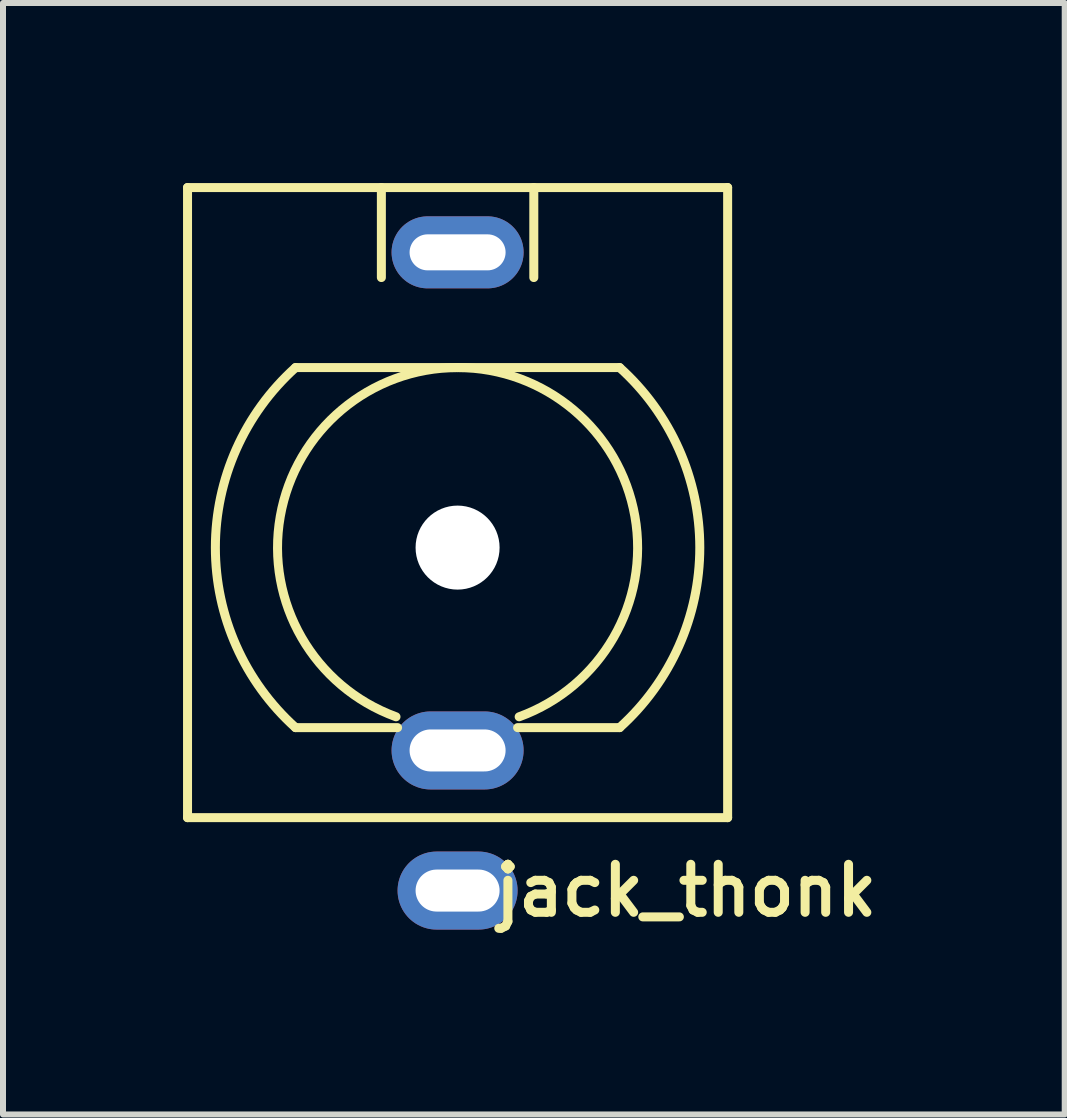
<source format=kicad_pcb>
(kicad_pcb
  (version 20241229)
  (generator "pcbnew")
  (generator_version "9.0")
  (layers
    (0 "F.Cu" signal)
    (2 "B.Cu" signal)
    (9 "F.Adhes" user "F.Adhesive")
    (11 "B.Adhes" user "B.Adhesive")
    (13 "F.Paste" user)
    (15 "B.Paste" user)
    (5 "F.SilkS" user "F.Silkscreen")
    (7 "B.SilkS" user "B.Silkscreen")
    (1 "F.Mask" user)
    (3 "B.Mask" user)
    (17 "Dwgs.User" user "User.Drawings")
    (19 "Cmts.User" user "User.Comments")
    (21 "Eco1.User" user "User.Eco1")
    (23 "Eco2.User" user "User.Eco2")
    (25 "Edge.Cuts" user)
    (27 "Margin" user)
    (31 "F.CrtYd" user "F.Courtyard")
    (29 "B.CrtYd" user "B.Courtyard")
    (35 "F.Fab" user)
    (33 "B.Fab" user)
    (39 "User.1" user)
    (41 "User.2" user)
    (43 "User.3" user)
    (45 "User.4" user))
  (footprint "jack_thonk"
    (layer "F.Cu")
    (at 4.575 6.075)
    (property "Reference" "jack_thonk" (at 3.81 5.715 0) (layer "F.SilkS") (effects (font (size 0.8 0.8) (thickness 0.15))))
    (attr through_hole)
    (fp_line (start -4.5 -6) (end -4.5 4.5) (stroke (width 0.15) (type solid)) (layer "F.SilkS"))
    (fp_line (start -4.5 -6) (end 4.5 -6) (stroke (width 0.15) (type solid)) (layer "F.SilkS"))
    (fp_line (start -4.5 4.5) (end 4.5 4.5) (stroke (width 0.15) (type solid)) (layer "F.SilkS"))
    (fp_line (start -2.7 -3) (end 2.7 -3) (stroke (width 0.15) (type solid)) (layer "F.SilkS"))
    (fp_line (start -2.7 3) (end -1 3) (stroke (width 0.15) (type solid)) (layer "F.SilkS"))
    (fp_line (start -1.27 -6) (end -1.27 -4.5) (stroke (width 0.15) (type solid)) (layer "F.SilkS"))
    (fp_line (start 1 3) (end 2.7 3) (stroke (width 0.15) (type solid)) (layer "F.SilkS"))
    (fp_line (start 1.27 -6) (end 1.27 -4.5) (stroke (width 0.15) (type solid)) (layer "F.SilkS"))
    (fp_line (start 4.5 -6) (end 4.5 4.5) (stroke (width 0.15) (type solid)) (layer "F.SilkS"))
    (fp_arc (start -2.701339 2.998795) (mid -4.036088 -0.000901) (end -2.7 -3) (stroke (width 0.15) (type solid)) (layer "F.SilkS"))
    (fp_arc (start -1.02606 2.819078) (mid -2.954423 -0.520944) (end 0 -3) (stroke (width 0.15) (type solid)) (layer "F.SilkS"))
    (fp_arc (start 0 -3) (mid 2.954423 -0.520944) (end 1.02606 2.819078) (stroke (width 0.15) (type solid)) (layer "F.SilkS"))
    (fp_arc (start 2.7 -3) (mid 4.036087 -0.000901) (end 2.701339 2.998795) (stroke (width 0.15) (type solid)) (layer "F.SilkS"))
    (pad "" np_thru_hole circle (at 0 0) (size 1.4 1.4) (drill 1.4) (layers "*.Cu" "*.Mask"))
    (pad "1" thru_hole oval (at 0 5.715) (size 2 1.3) (drill oval 1.4 0.7) (layers "*.Cu" "*.Mask"))
    (pad "2" thru_hole oval (at 0 3.38) (size 2.2 1.3) (drill oval 1.6 0.7) (layers "*.Cu" "*.Mask"))
    (pad "3" thru_hole oval (at 0 -4.92) (size 2.2 1.2) (drill oval 1.6 0.6) (layers "*.Cu" "*.Mask")))
  (gr_rect
    (start -3 -3)
    (end 14.692 15.521)
    (stroke (width 0.1) (type default))
    (fill no)
    (layer "Edge.Cuts")))
</source>
